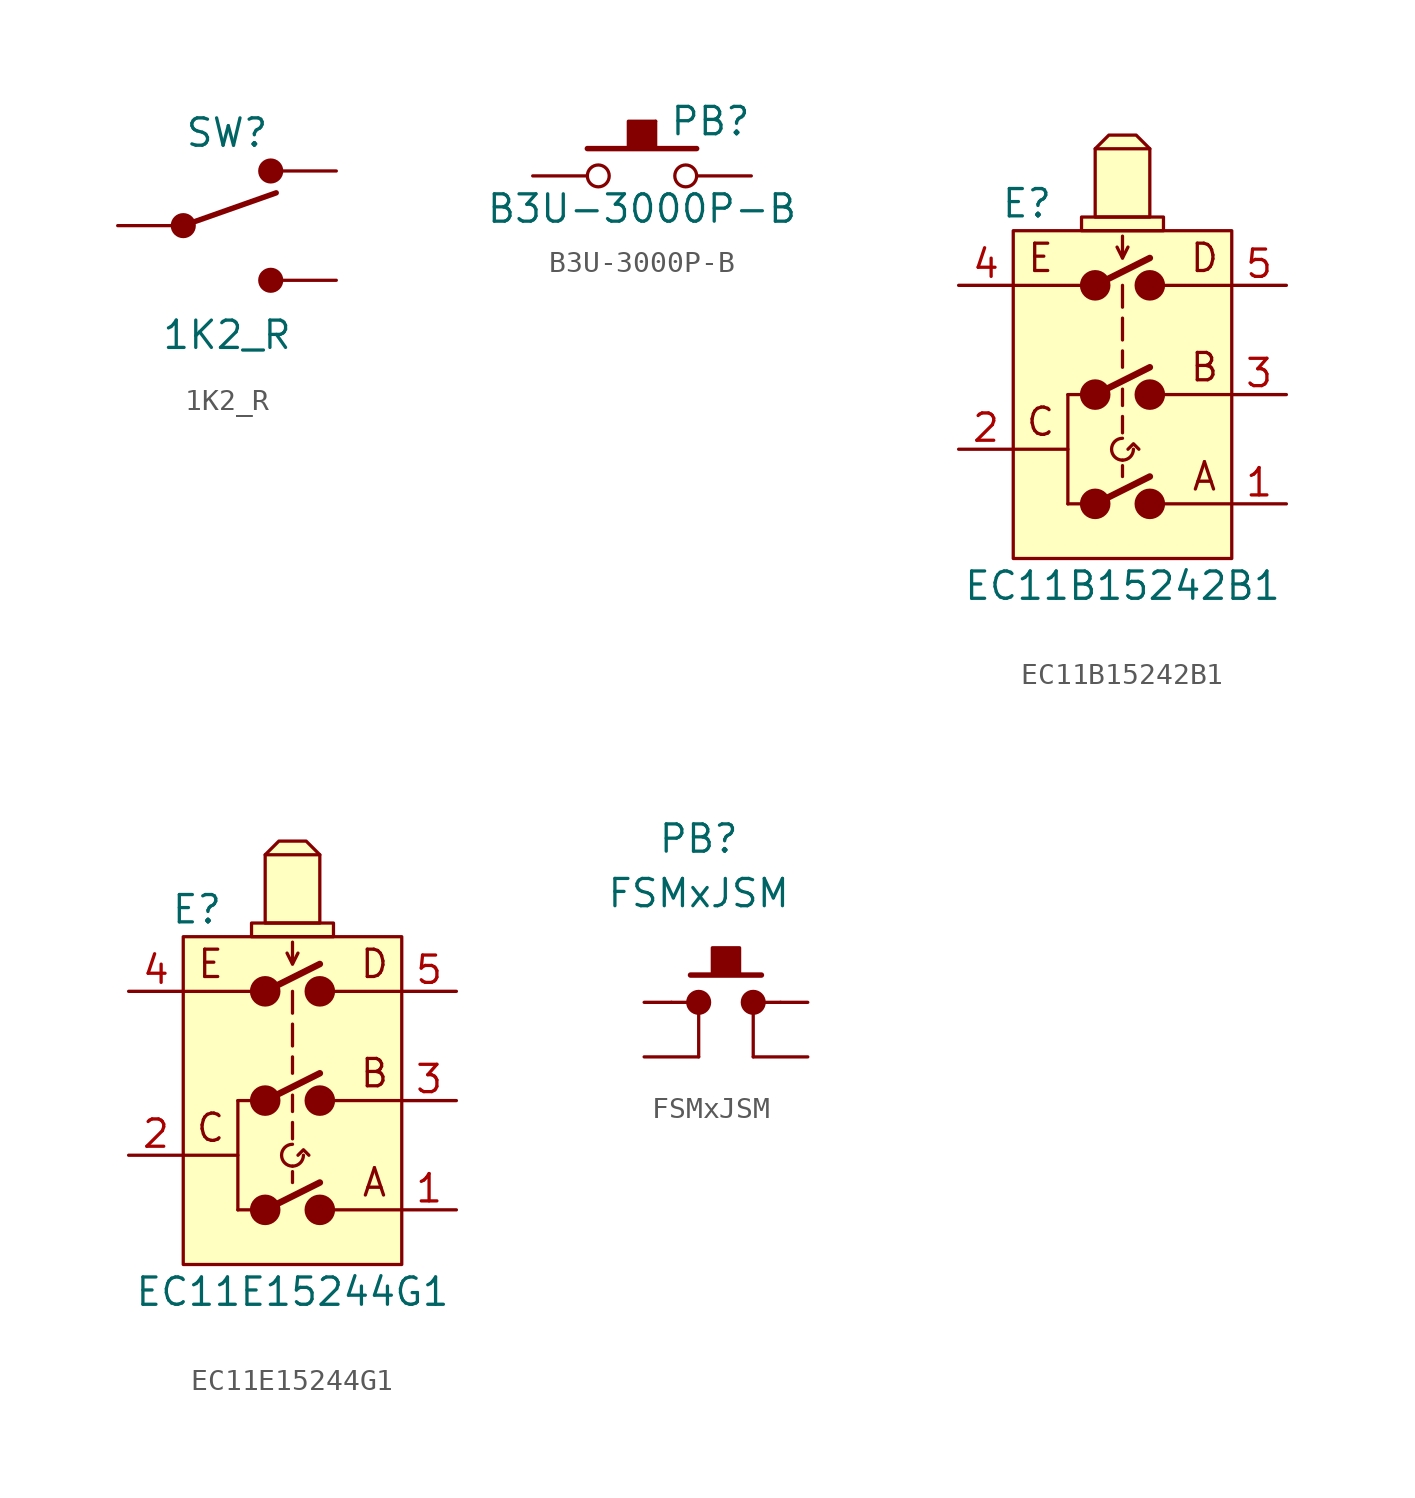
<source format=kicad_sym>
(kicad_symbol_lib
  (version 20220914)
  (generator kicad_symbol_editor)
  (symbol "1K2_R"
    (pin_numbers hide)
    (pin_names
      (offset 0) hide)
    (property "Reference" "SW"
      (at 0 4.318 0)
      (effects (font (size 1.27 1.27))))
    (property "Value" "1K2_R"
      (at 0 -5.08 0)
      (effects (font (size 1.27 1.27))))
    (symbol "1K2_R_0_0"
      (circle (center -2.032 0) (radius 0.508) (stroke (width 0) (type default)) (fill (type outline)))
      (circle (center 2.032 -2.54) (radius 0.508) (stroke (width 0) (type default)) (fill (type outline))))
    (symbol "1K2_R_0_1"
      (polyline (pts (xy -2.032 0) (xy 2.286 1.524)) (stroke (width 0.254) (type default)) (fill (type none)))
      (circle (center 2.032 2.54) (radius 0.508) (stroke (width 0) (type default)) (fill (type outline))))
    (symbol "1K2_R_1_1"
      (pin passive line (at -5.08 0 0) (length 2.54) (name "~" (effects (font (size 1.27 1.27)))) (number "1" (effects (font (size 1.27 1.27)))))
      (pin passive line (at 5.08 2.54 180) (length 2.54) (name "~" (effects (font (size 1.27 1.27)))) (number "2" (effects (font (size 1.27 1.27)))))
      (pin passive line (at 5.08 -2.54 180) (length 2.54) (name "~" (effects (font (size 1.27 1.27)))) (number "3" (effects (font (size 1.27 1.27)))))))
  (symbol "B3U-3000P-B"
    (pin_numbers hide)
    (pin_names
      (offset 1.016) hide)
    (property "Reference" "PB"
      (at 1.27 2.54 0)
      (effects (font (size 1.27 1.27)) (justify left)))
    (property "Value" "B3U-3000P-B"
      (at 0 -1.524 0)
      (effects (font (size 1.27 1.27))))
    (symbol "B3U-3000P-B_0_1"
      (circle (center -2.032 0) (radius 0.508) (stroke (width 0.152) (type default)) (fill (type none)))
      (rectangle (start -0.635 1.27) (end 0.635 2.54) (stroke (width 0.152) (type default)) (fill (type outline)))
      (polyline (pts (xy 2.54 1.27) (xy -2.54 1.27)) (stroke (width 0.254) (type default)) (fill (type none)))
      (rectangle (start 0.635 2.54) (end 0.635 2.54) (stroke (width 0) (type default)) (fill (type none)))
      (circle (center 2.032 0) (radius 0.508) (stroke (width 0.152) (type default)) (fill (type none)))
      (pin passive line (at -5.08 0 0) (length 2.54) (name "1" (effects (font (size 1.27 1.27)))) (number "1" (effects (font (size 1.27 1.27)))))
      (pin passive line (at 5.08 0 180) (length 2.54) (name "2" (effects (font (size 1.27 1.27)))) (number "2" (effects (font (size 1.27 1.27)))))))
  (symbol "EC11B15242B1"
    (pin_names
      (offset 1.016))
    (property "Reference" "E"
      (at -4.445 8.89 0)
      (effects (font (size 1.27 1.27))))
    (property "Value" "EC11B15242B1"
      (at 0 -8.89 0)
      (effects (font (size 1.27 1.27))))
    (symbol "EC11B15242B1_0_0"
      (rectangle (start -1.905 7.62) (end 1.905 8.255) (stroke (width 0.152) (type default)) (fill (type background)))
      (polyline (pts (xy -1.27 11.43) (xy 1.27 11.43)) (stroke (width 0.152) (type default)) (fill (type none)))
      (polyline (pts (xy 0 7.366) (xy 0 6.35)) (stroke (width 0.152) (type default)) (fill (type none)))
      (polyline (pts (xy -0.254 6.858) (xy 0 6.35) (xy 0.254 6.858)) (stroke (width 0.152) (type default)) (fill (type none)))
      (polyline (pts (xy -1.27 8.255) (xy -1.27 11.43) (xy -0.635 12.065) (xy 0.635 12.065) (xy 1.27 11.43) (xy 1.27 8.255) (xy -1.27 8.255)) (stroke (width 0.152) (type default)) (fill (type background)))
      (text "A" (at 3.81 -3.81 0) (effects (font (size 1.27 1.27))))
      (text "B" (at 3.81 1.27 0) (effects (font (size 1.27 1.27))))
      (text "C" (at -3.81 -1.27 0) (effects (font (size 1.27 1.27))))
      (text "D" (at 3.81 6.35 0) (effects (font (size 1.27 1.27))))
      (text "E" (at -3.81 6.35 0) (effects (font (size 1.27 1.27)))))
    (symbol "EC11B15242B1_0_1"
      (circle (center -1.27 -5.08) (radius 0.635) (stroke (width 0.152) (type default)) (fill (type outline)))
      (circle (center -1.27 0) (radius 0.635) (stroke (width 0.152) (type default)) (fill (type outline)))
      (circle (center -1.27 5.08) (radius 0.635) (stroke (width 0.152) (type default)) (fill (type outline)))
      (arc (start 0 -3.048) (mid 0.3592 -2.8992) (end 0.508 -2.54) (stroke (width 0.1524) (type default)) (fill (type none)))
      (arc (start 0 -2.032) (mid -0.5058 -2.54) (end 0 -3.048) (stroke (width 0.1524) (type default)) (fill (type none)))
      (polyline (pts (xy -5.08 -2.54) (xy -2.54 -2.54)) (stroke (width 0.152) (type default)) (fill (type none)))
      (polyline (pts (xy -2.54 -5.08) (xy -2.54 0)) (stroke (width 0.152) (type default)) (fill (type none)))
      (polyline (pts (xy -1.27 -5.08) (xy -2.54 -5.08)) (stroke (width 0.152) (type default)) (fill (type none)))
      (polyline (pts (xy -1.27 0) (xy -2.54 0)) (stroke (width 0.152) (type default)) (fill (type none)))
      (polyline (pts (xy -1.27 5.08) (xy -5.08 5.08)) (stroke (width 0.152) (type default)) (fill (type none)))
      (polyline (pts (xy 0 -3.81) (xy 0 -3.302)) (stroke (width 0.152) (type default)) (fill (type none)))
      (polyline (pts (xy 0 -1.778) (xy 0 -1.016)) (stroke (width 0.152) (type default)) (fill (type none)))
      (polyline (pts (xy 0 -0.508) (xy 0 0.254)) (stroke (width 0.152) (type default)) (fill (type none)))
      (polyline (pts (xy 0 1.27) (xy 0 2.032)) (stroke (width 0.152) (type default)) (fill (type none)))
      (polyline (pts (xy 0 2.54) (xy 0 3.556)) (stroke (width 0.152) (type default)) (fill (type none)))
      (polyline (pts (xy 0 4.064) (xy 0 5.08)) (stroke (width 0.152) (type default)) (fill (type none)))
      (polyline (pts (xy 1.27 -5.08) (xy 5.08 -5.08)) (stroke (width 0.152) (type default)) (fill (type none)))
      (polyline (pts (xy 1.27 -3.81) (xy -1.27 -5.08)) (stroke (width 0.305) (type default)) (fill (type none)))
      (polyline (pts (xy 1.27 0) (xy 5.08 0)) (stroke (width 0.152) (type default)) (fill (type none)))
      (polyline (pts (xy 1.27 1.27) (xy -1.27 0)) (stroke (width 0.305) (type default)) (fill (type none)))
      (polyline (pts (xy 1.27 5.08) (xy 5.08 5.08)) (stroke (width 0.152) (type default)) (fill (type none)))
      (polyline (pts (xy 1.27 6.35) (xy -1.27 5.08)) (stroke (width 0.305) (type default)) (fill (type none)))
      (polyline (pts (xy 0.254 -2.54) (xy 0.508 -2.286) (xy 0.762 -2.54)) (stroke (width 0.152) (type default)) (fill (type none)))
      (circle (center 1.27 -5.08) (radius 0.635) (stroke (width 0.152) (type default)) (fill (type outline)))
      (circle (center 1.27 0) (radius 0.635) (stroke (width 0.152) (type default)) (fill (type outline)))
      (circle (center 1.27 5.08) (radius 0.635) (stroke (width 0.152) (type default)) (fill (type outline)))
      (rectangle (start 5.08 7.62) (end -5.08 -7.62) (stroke (width 0.152) (type default)) (fill (type background))))
    (symbol "EC11B15242B1_1_1"
      (pin passive line (at 7.62 -5.08 180) (length 2.54) (name "~" (effects (font (size 1.27 1.27)))) (number "1" (effects (font (size 1.27 1.27)))))
      (pin passive line (at -7.62 -2.54 0) (length 2.54) (name "~" (effects (font (size 1.27 1.27)))) (number "2" (effects (font (size 1.27 1.27)))))
      (pin passive line (at 7.62 0 180) (length 2.54) (name "~" (effects (font (size 1.27 1.27)))) (number "3" (effects (font (size 1.27 1.27)))))
      (pin passive line (at -7.62 5.08 0) (length 2.54) (name "~" (effects (font (size 1.27 1.27)))) (number "4" (effects (font (size 1.27 1.27)))))
      (pin passive line (at 7.62 5.08 180) (length 2.54) (name "~" (effects (font (size 1.27 1.27)))) (number "5" (effects (font (size 1.27 1.27)))))))
  (symbol "EC11E15244G1"
    (pin_names
      (offset 1.016))
    (property "Reference" "E"
      (at -4.445 8.89 0)
      (effects (font (size 1.27 1.27))))
    (property "Value" "EC11E15244G1"
      (at 0 -8.89 0)
      (effects (font (size 1.27 1.27))))
    (symbol "EC11E15244G1_0_0"
      (rectangle (start -1.905 7.62) (end 1.905 8.255) (stroke (width 0.152) (type default)) (fill (type background)))
      (polyline (pts (xy -1.27 11.43) (xy 1.27 11.43)) (stroke (width 0.152) (type default)) (fill (type none)))
      (polyline (pts (xy 0 7.366) (xy 0 6.35)) (stroke (width 0.152) (type default)) (fill (type none)))
      (polyline (pts (xy -0.254 6.858) (xy 0 6.35) (xy 0.254 6.858)) (stroke (width 0.152) (type default)) (fill (type none)))
      (polyline (pts (xy -1.27 8.255) (xy -1.27 11.43) (xy -0.635 12.065) (xy 0.635 12.065) (xy 1.27 11.43) (xy 1.27 8.255) (xy -1.27 8.255)) (stroke (width 0.152) (type default)) (fill (type background)))
      (text "A" (at 3.81 -3.81 0) (effects (font (size 1.27 1.27))))
      (text "B" (at 3.81 1.27 0) (effects (font (size 1.27 1.27))))
      (text "C" (at -3.81 -1.27 0) (effects (font (size 1.27 1.27))))
      (text "D" (at 3.81 6.35 0) (effects (font (size 1.27 1.27))))
      (text "E" (at -3.81 6.35 0) (effects (font (size 1.27 1.27)))))
    (symbol "EC11E15244G1_0_1"
      (circle (center -1.27 -5.08) (radius 0.635) (stroke (width 0.152) (type default)) (fill (type outline)))
      (circle (center -1.27 0) (radius 0.635) (stroke (width 0.152) (type default)) (fill (type outline)))
      (circle (center -1.27 5.08) (radius 0.635) (stroke (width 0.152) (type default)) (fill (type outline)))
      (arc (start 0 -3.048) (mid 0.3592 -2.8992) (end 0.508 -2.54) (stroke (width 0.1524) (type default)) (fill (type none)))
      (arc (start 0 -2.032) (mid -0.5058 -2.54) (end 0 -3.048) (stroke (width 0.1524) (type default)) (fill (type none)))
      (polyline (pts (xy -5.08 -2.54) (xy -2.54 -2.54)) (stroke (width 0.152) (type default)) (fill (type none)))
      (polyline (pts (xy -2.54 -5.08) (xy -2.54 0)) (stroke (width 0.152) (type default)) (fill (type none)))
      (polyline (pts (xy -1.27 -5.08) (xy -2.54 -5.08)) (stroke (width 0.152) (type default)) (fill (type none)))
      (polyline (pts (xy -1.27 0) (xy -2.54 0)) (stroke (width 0.152) (type default)) (fill (type none)))
      (polyline (pts (xy -1.27 5.08) (xy -5.08 5.08)) (stroke (width 0.152) (type default)) (fill (type none)))
      (polyline (pts (xy 0 -3.81) (xy 0 -3.302)) (stroke (width 0.152) (type default)) (fill (type none)))
      (polyline (pts (xy 0 -1.778) (xy 0 -1.016)) (stroke (width 0.152) (type default)) (fill (type none)))
      (polyline (pts (xy 0 -0.508) (xy 0 0.254)) (stroke (width 0.152) (type default)) (fill (type none)))
      (polyline (pts (xy 0 1.27) (xy 0 2.032)) (stroke (width 0.152) (type default)) (fill (type none)))
      (polyline (pts (xy 0 2.54) (xy 0 3.556)) (stroke (width 0.152) (type default)) (fill (type none)))
      (polyline (pts (xy 0 4.064) (xy 0 5.08)) (stroke (width 0.152) (type default)) (fill (type none)))
      (polyline (pts (xy 1.27 -5.08) (xy 5.08 -5.08)) (stroke (width 0.152) (type default)) (fill (type none)))
      (polyline (pts (xy 1.27 -3.81) (xy -1.27 -5.08)) (stroke (width 0.305) (type default)) (fill (type none)))
      (polyline (pts (xy 1.27 0) (xy 5.08 0)) (stroke (width 0.152) (type default)) (fill (type none)))
      (polyline (pts (xy 1.27 1.27) (xy -1.27 0)) (stroke (width 0.305) (type default)) (fill (type none)))
      (polyline (pts (xy 1.27 5.08) (xy 5.08 5.08)) (stroke (width 0.152) (type default)) (fill (type none)))
      (polyline (pts (xy 1.27 6.35) (xy -1.27 5.08)) (stroke (width 0.305) (type default)) (fill (type none)))
      (polyline (pts (xy 0.254 -2.54) (xy 0.508 -2.286) (xy 0.762 -2.54)) (stroke (width 0.152) (type default)) (fill (type none)))
      (circle (center 1.27 -5.08) (radius 0.635) (stroke (width 0.152) (type default)) (fill (type outline)))
      (circle (center 1.27 0) (radius 0.635) (stroke (width 0.152) (type default)) (fill (type outline)))
      (circle (center 1.27 5.08) (radius 0.635) (stroke (width 0.152) (type default)) (fill (type outline)))
      (rectangle (start 5.08 7.62) (end -5.08 -7.62) (stroke (width 0.152) (type default)) (fill (type background))))
    (symbol "EC11E15244G1_1_1"
      (pin passive line (at 7.62 -5.08 180) (length 2.54) (name "~" (effects (font (size 1.27 1.27)))) (number "1" (effects (font (size 1.27 1.27)))))
      (pin passive line (at -7.62 -2.54 0) (length 2.54) (name "~" (effects (font (size 1.27 1.27)))) (number "2" (effects (font (size 1.27 1.27)))))
      (pin passive line (at 7.62 0 180) (length 2.54) (name "~" (effects (font (size 1.27 1.27)))) (number "3" (effects (font (size 1.27 1.27)))))
      (pin passive line (at -7.62 5.08 0) (length 2.54) (name "~" (effects (font (size 1.27 1.27)))) (number "4" (effects (font (size 1.27 1.27)))))
      (pin passive line (at 7.62 5.08 180) (length 2.54) (name "~" (effects (font (size 1.27 1.27)))) (number "5" (effects (font (size 1.27 1.27)))))))
  (symbol "FSMxJSM"
    (pin_numbers hide)
    (pin_names
      (offset 1.016) hide)
    (property "Reference" "PB"
      (at 0 10.16 0)
      (effects (font (size 1.27 1.27))))
    (property "Value" "FSMxJSM"
      (at 0 7.62 0)
      (effects (font (size 1.27 1.27))))
    (symbol "FSMxJSM_0_0"
      (pin passive line (at -2.54 2.54 0) (length 1.27) (name "~" (effects (font (size 1.27 1.27)))) (number "1" (effects (font (size 1.27 1.27)))))
      (pin passive line (at 5.08 2.54 180) (length 1.27) (name "~" (effects (font (size 1.27 1.27)))) (number "3" (effects (font (size 1.27 1.27))))))
    (symbol "FSMxJSM_0_1"
      (polyline (pts (xy -1.27 2.54) (xy -0.508 2.54)) (stroke (width 0) (type default)) (fill (type none)))
      (polyline (pts (xy 0 2.54) (xy 0 0)) (stroke (width 0) (type default)) (fill (type none)))
      (polyline (pts (xy 2.54 2.54) (xy 2.54 0)) (stroke (width 0) (type default)) (fill (type none)))
      (polyline (pts (xy 2.921 3.81) (xy -0.381 3.81)) (stroke (width 0.254) (type default)) (fill (type none)))
      (polyline (pts (xy 3.81 2.54) (xy 3.048 2.54)) (stroke (width 0) (type default)) (fill (type none)))
      (circle (center 0 2.54) (radius 0.508) (stroke (width 0) (type default)) (fill (type outline)))
      (rectangle (start 0.635 3.81) (end 1.905 5.08) (stroke (width 0.152) (type default)) (fill (type outline)))
      (circle (center 2.54 2.54) (radius 0.508) (stroke (width 0) (type default)) (fill (type outline)))
      (pin passive line (at -2.54 0 0) (length 2.54) (name "~" (effects (font (size 1.27 1.27)))) (number "2" (effects (font (size 1.27 1.27)))))
      (pin passive line (at 5.08 0 180) (length 2.54) (name "~" (effects (font (size 1.27 1.27)))) (number "4" (effects (font (size 1.27 1.27))))))))
</source>
